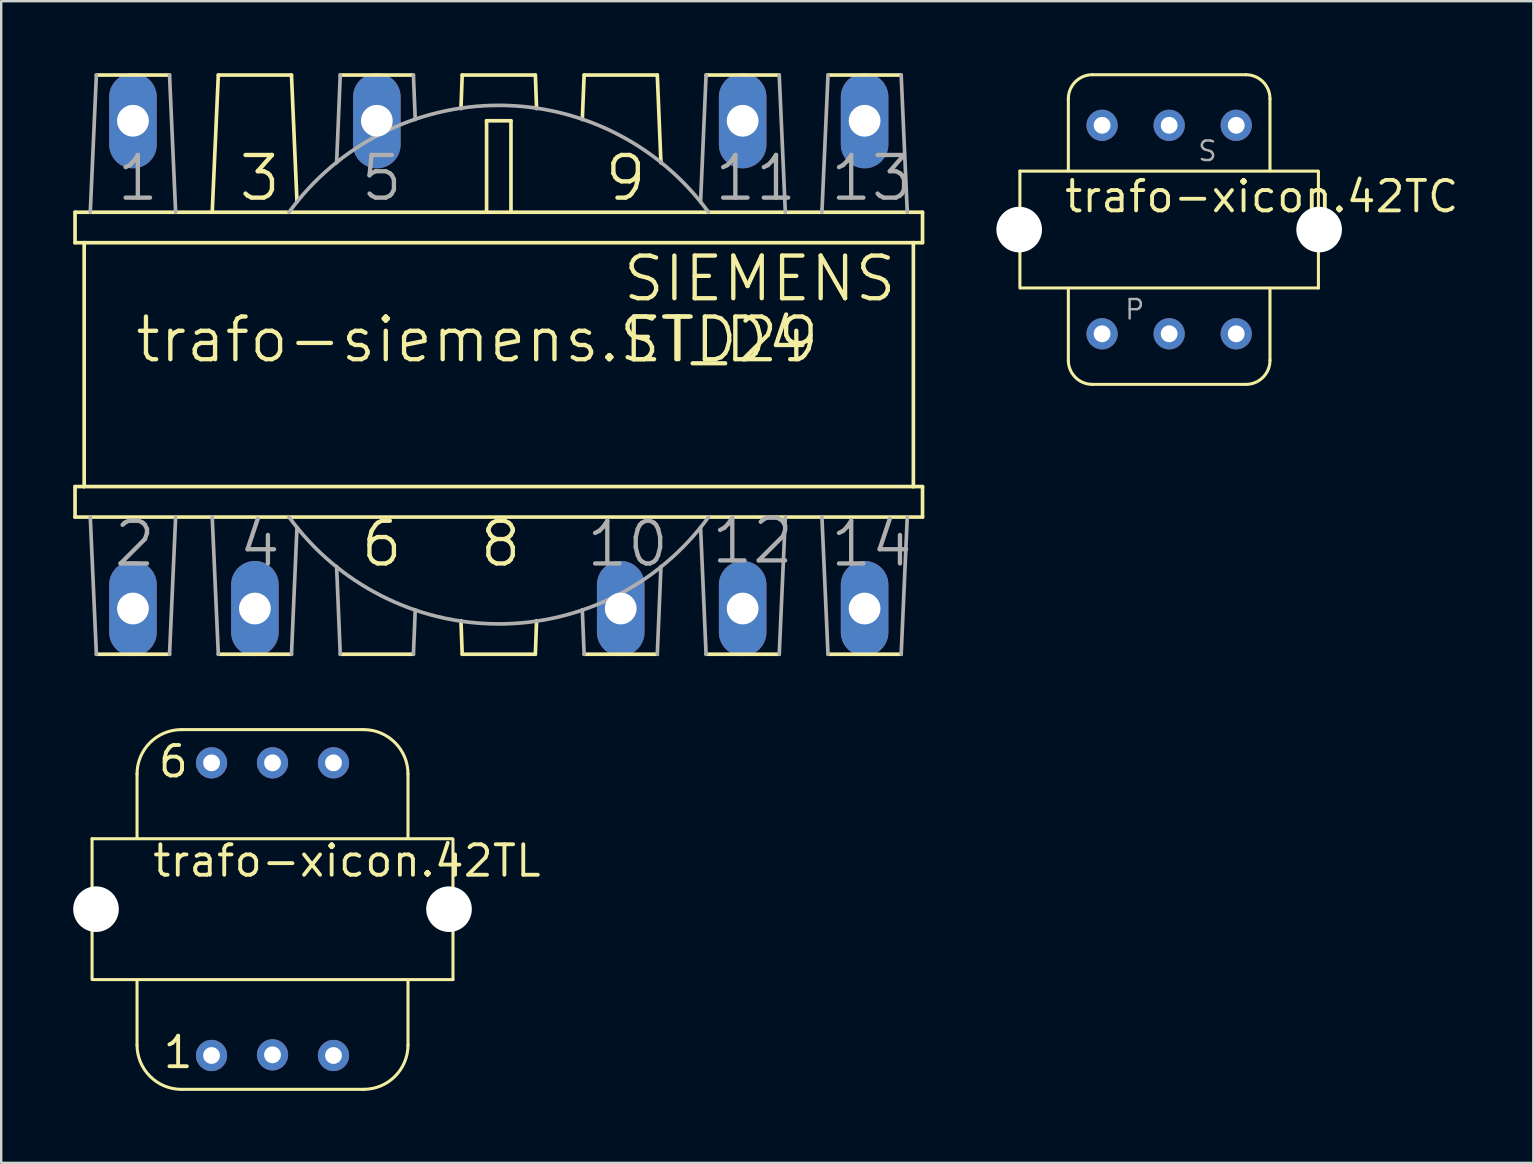
<source format=kicad_pcb>
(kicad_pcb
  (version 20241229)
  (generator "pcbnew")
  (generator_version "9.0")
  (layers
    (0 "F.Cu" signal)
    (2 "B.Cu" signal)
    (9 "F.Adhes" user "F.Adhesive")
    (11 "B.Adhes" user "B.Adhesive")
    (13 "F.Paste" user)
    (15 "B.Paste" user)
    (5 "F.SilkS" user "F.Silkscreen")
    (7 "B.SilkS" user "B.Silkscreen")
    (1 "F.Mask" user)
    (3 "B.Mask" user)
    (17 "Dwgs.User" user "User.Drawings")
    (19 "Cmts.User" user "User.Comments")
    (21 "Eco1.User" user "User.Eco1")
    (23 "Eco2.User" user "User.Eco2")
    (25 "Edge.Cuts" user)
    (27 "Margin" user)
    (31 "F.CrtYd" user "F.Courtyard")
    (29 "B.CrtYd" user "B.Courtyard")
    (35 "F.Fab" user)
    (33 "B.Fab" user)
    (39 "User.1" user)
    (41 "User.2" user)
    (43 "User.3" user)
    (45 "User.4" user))
  (footprint "trafo-xicon.42TL"
    (layer "F.Cu")
    (at 8.303 34.826)
    (property "Reference" "trafo-xicon.42TL" (at -5.08 -1.27 0) (layer "F.SilkS") (effects (font (size 1.27 1.27) (thickness 0.16)) (justify left bottom)))
    (attr through_hole)
    (fp_line (start -7.518 2.931) (end -7.518 -2.934) (stroke (width 0.127) (type default)) (layer "F.SilkS"))
    (fp_line (start -7.493 2.934) (end 7.518 2.934) (stroke (width 0.127) (type default)) (layer "F.SilkS"))
    (fp_line (start -5.644 -2.958) (end -5.644 -5.631) (stroke (width 0.127) (type default)) (layer "F.SilkS"))
    (fp_line (start -5.644 5.657) (end -5.644 3.01) (stroke (width 0.127) (type default)) (layer "F.SilkS"))
    (fp_line (start -3.795 7.506) (end 3.795 7.506) (stroke (width 0.127) (type default)) (layer "F.SilkS"))
    (fp_line (start 3.795 -7.48) (end -3.795 -7.48) (stroke (width 0.127) (type default)) (layer "F.SilkS"))
    (fp_line (start 5.644 -5.631) (end 5.644 -2.958) (stroke (width 0.127) (type default)) (layer "F.SilkS"))
    (fp_line (start 5.644 5.657) (end 5.644 3.01) (stroke (width 0.127) (type default)) (layer "F.SilkS"))
    (fp_line (start 7.493 -2.934) (end -7.518 -2.934) (stroke (width 0.127) (type default)) (layer "F.SilkS"))
    (fp_line (start 7.518 -2.916) (end 7.518 2.934) (stroke (width 0.127) (type default)) (layer "F.SilkS"))
    (fp_arc (start -5.6439 -5.6312) (mid -5.102311 -6.938711) (end -3.7948 -7.4803) (stroke (width 0.127) (type default)) (layer "F.SilkS"))
    (fp_arc (start -3.7947 7.5057) (mid -5.102211 6.964111) (end -5.6438 5.6566) (stroke (width 0.127) (type default)) (layer "F.SilkS"))
    (fp_arc (start 3.7948 -7.4803) (mid 5.10234 -6.93874) (end 5.6439 -5.6312) (stroke (width 0.127) (type default)) (layer "F.SilkS"))
    (fp_arc (start 5.6439 5.6566) (mid 5.102311 6.964111) (end 3.7948 7.5057) (stroke (width 0.127) (type default)) (layer "F.SilkS"))
    (fp_text user "6" (at -4.842 -5.405 0) (layer "F.SilkS") (effects (font (size 1.27 1.27) (thickness 0.16)) (justify left bottom)))
    (fp_text user "1" (at -4.642 6.706 0) (layer "F.SilkS") (effects (font (size 1.27 1.27) (thickness 0.16)) (justify left bottom)))
    (pad "" np_thru_hole circle (at -7.353 0) (size 1.9 1.9) (drill 1.9) (layers "*.Cu" "*.Mask"))
    (pad "" np_thru_hole circle (at 7.353 0) (size 1.9 1.9) (drill 1.9) (layers "*.Cu" "*.Mask"))
    (pad "1" thru_hole circle (at -2.54 6.096) (size 1.3 1.3) (drill 0.7) (layers "*.Cu" "*.Mask"))
    (pad "2" thru_hole circle (at 0 6.068) (size 1.3 1.3) (drill 0.7) (layers "*.Cu" "*.Mask"))
    (pad "3" thru_hole circle (at 2.54 6.096) (size 1.3 1.3) (drill 0.7) (layers "*.Cu" "*.Mask"))
    (pad "4" thru_hole circle (at 2.54 -6.096) (size 1.3 1.3) (drill 0.7) (layers "*.Cu" "*.Mask"))
    (pad "5" thru_hole circle (at 0 -6.096) (size 1.3 1.3) (drill 0.7) (layers "*.Cu" "*.Mask"))
    (pad "6" thru_hole circle (at -2.54 -6.096) (size 1.3 1.3) (drill 0.7) (layers "*.Cu" "*.Mask")))
  (footprint "trafo-siemens.ST_D4"
    (layer "F.Cu")
    (at 17.729 12.141)
    (property "Reference" "trafo-siemens.ST_D4" (at -15.24 0 0) (layer "F.SilkS") (effects (font (size 1.778 1.778) (thickness 0.18)) (justify left bottom)))
    (attr through_hole)
    (fp_line (start -17.653 -6.35) (end -17.653 -5.08) (stroke (width 0.152) (type default)) (layer "F.SilkS"))
    (fp_line (start -17.653 5.08) (end -17.653 6.35) (stroke (width 0.152) (type default)) (layer "F.SilkS"))
    (fp_line (start -17.272 -5.08) (end -17.653 -5.08) (stroke (width 0.152) (type default)) (layer "F.SilkS"))
    (fp_line (start -17.272 5.08) (end -17.653 5.08) (stroke (width 0.152) (type default)) (layer "F.SilkS"))
    (fp_line (start -17.272 5.08) (end -17.272 -5.08) (stroke (width 0.152) (type default)) (layer "F.SilkS"))
    (fp_line (start -16.764 12.065) (end -13.716 12.065) (stroke (width 0.152) (type default)) (layer "F.SilkS"))
    (fp_line (start -13.716 -12.065) (end -16.764 -12.065) (stroke (width 0.152) (type default)) (layer "F.SilkS"))
    (fp_line (start -11.938 -6.35) (end -17.653 -6.35) (stroke (width 0.152) (type default)) (layer "F.SilkS"))
    (fp_line (start -11.938 -6.35) (end -11.684 -12.065) (stroke (width 0.152) (type default)) (layer "F.SilkS"))
    (fp_line (start -11.684 12.065) (end -8.636 12.065) (stroke (width 0.152) (type default)) (layer "F.SilkS"))
    (fp_line (start -8.636 -12.065) (end -11.684 -12.065) (stroke (width 0.152) (type default)) (layer "F.SilkS"))
    (fp_line (start -8.407 -6.782) (end -8.636 -12.065) (stroke (width 0.152) (type default)) (layer "F.SilkS"))
    (fp_line (start -6.604 12.065) (end -3.556 12.065) (stroke (width 0.152) (type default)) (layer "F.SilkS"))
    (fp_line (start -3.556 -12.065) (end -6.604 -12.065) (stroke (width 0.152) (type default)) (layer "F.SilkS"))
    (fp_line (start -1.575 -10.668) (end -1.524 -12.065) (stroke (width 0.152) (type default)) (layer "F.SilkS"))
    (fp_line (start -1.575 10.668) (end -1.524 12.065) (stroke (width 0.152) (type default)) (layer "F.SilkS"))
    (fp_line (start -1.524 12.065) (end 1.524 12.065) (stroke (width 0.152) (type default)) (layer "F.SilkS"))
    (fp_line (start -0.508 -10.16) (end -0.508 -6.35) (stroke (width 0.152) (type default)) (layer "F.SilkS"))
    (fp_line (start -0.508 -6.35) (end -11.938 -6.35) (stroke (width 0.152) (type default)) (layer "F.SilkS"))
    (fp_line (start 0.508 -10.16) (end -0.508 -10.16) (stroke (width 0.152) (type default)) (layer "F.SilkS"))
    (fp_line (start 0.508 -6.35) (end -0.508 -6.35) (stroke (width 0.152) (type default)) (layer "F.SilkS"))
    (fp_line (start 0.508 -6.35) (end 0.508 -10.16) (stroke (width 0.152) (type default)) (layer "F.SilkS"))
    (fp_line (start 1.524 -12.065) (end -1.524 -12.065) (stroke (width 0.152) (type default)) (layer "F.SilkS"))
    (fp_line (start 1.575 -10.668) (end 1.524 -12.065) (stroke (width 0.152) (type default)) (layer "F.SilkS"))
    (fp_line (start 1.575 10.668) (end 1.524 12.065) (stroke (width 0.152) (type default)) (layer "F.SilkS"))
    (fp_line (start 3.48 -10.211) (end 3.556 -12.065) (stroke (width 0.152) (type default)) (layer "F.SilkS"))
    (fp_line (start 3.556 12.065) (end 6.604 12.065) (stroke (width 0.152) (type default)) (layer "F.SilkS"))
    (fp_line (start 6.604 -12.065) (end 3.556 -12.065) (stroke (width 0.152) (type default)) (layer "F.SilkS"))
    (fp_line (start 6.756 -8.407) (end 6.604 -12.065) (stroke (width 0.152) (type default)) (layer "F.SilkS"))
    (fp_line (start 8.636 12.065) (end 11.684 12.065) (stroke (width 0.152) (type default)) (layer "F.SilkS"))
    (fp_line (start 11.684 -12.065) (end 8.636 -12.065) (stroke (width 0.152) (type default)) (layer "F.SilkS"))
    (fp_line (start 13.716 12.065) (end 16.764 12.065) (stroke (width 0.152) (type default)) (layer "F.SilkS"))
    (fp_line (start 16.764 -12.065) (end 13.716 -12.065) (stroke (width 0.152) (type default)) (layer "F.SilkS"))
    (fp_line (start 17.272 -5.08) (end -17.272 -5.08) (stroke (width 0.152) (type default)) (layer "F.SilkS"))
    (fp_line (start 17.272 5.08) (end -17.272 5.08) (stroke (width 0.152) (type default)) (layer "F.SilkS"))
    (fp_line (start 17.272 5.08) (end 17.272 -5.08) (stroke (width 0.152) (type default)) (layer "F.SilkS"))
    (fp_line (start 17.653 -6.35) (end 0.508 -6.35) (stroke (width 0.152) (type default)) (layer "F.SilkS"))
    (fp_line (start 17.653 -5.08) (end 17.272 -5.08) (stroke (width 0.152) (type default)) (layer "F.SilkS"))
    (fp_line (start 17.653 -5.08) (end 17.653 -6.35) (stroke (width 0.152) (type default)) (layer "F.SilkS"))
    (fp_line (start 17.653 5.08) (end 17.272 5.08) (stroke (width 0.152) (type default)) (layer "F.SilkS"))
    (fp_line (start 17.653 6.35) (end -17.653 6.35) (stroke (width 0.152) (type default)) (layer "F.SilkS"))
    (fp_line (start 17.653 6.35) (end 17.653 5.08) (stroke (width 0.152) (type default)) (layer "F.SilkS"))
    (fp_line (start -17.018 -6.35) (end -16.764 -12.065) (stroke (width 0.152) (type default)) (layer "F.Fab"))
    (fp_line (start -17.018 6.35) (end -16.764 12.065) (stroke (width 0.152) (type default)) (layer "F.Fab"))
    (fp_line (start -13.462 -6.35) (end -13.716 -12.065) (stroke (width 0.152) (type default)) (layer "F.Fab"))
    (fp_line (start -13.462 6.35) (end -13.716 12.065) (stroke (width 0.152) (type default)) (layer "F.Fab"))
    (fp_line (start -11.938 6.35) (end -11.684 12.065) (stroke (width 0.152) (type default)) (layer "F.Fab"))
    (fp_line (start -8.407 6.782) (end -8.636 12.065) (stroke (width 0.152) (type default)) (layer "F.Fab"))
    (fp_line (start -6.756 -8.407) (end -6.604 -12.065) (stroke (width 0.152) (type default)) (layer "F.Fab"))
    (fp_line (start -6.756 8.407) (end -6.604 12.065) (stroke (width 0.152) (type default)) (layer "F.Fab"))
    (fp_line (start -3.48 -10.211) (end -3.556 -12.065) (stroke (width 0.152) (type default)) (layer "F.Fab"))
    (fp_line (start -3.48 10.211) (end -3.556 12.065) (stroke (width 0.152) (type default)) (layer "F.Fab"))
    (fp_line (start 3.48 10.211) (end 3.556 12.065) (stroke (width 0.152) (type default)) (layer "F.Fab"))
    (fp_line (start 6.756 8.407) (end 6.604 12.065) (stroke (width 0.152) (type default)) (layer "F.Fab"))
    (fp_line (start 8.407 -6.782) (end 8.636 -12.065) (stroke (width 0.152) (type default)) (layer "F.Fab"))
    (fp_line (start 8.407 6.782) (end 8.636 12.065) (stroke (width 0.152) (type default)) (layer "F.Fab"))
    (fp_line (start 11.938 -6.35) (end 11.684 -12.065) (stroke (width 0.152) (type default)) (layer "F.Fab"))
    (fp_line (start 11.938 6.35) (end 11.684 12.065) (stroke (width 0.152) (type default)) (layer "F.Fab"))
    (fp_line (start 13.462 -6.35) (end 13.716 -12.065) (stroke (width 0.152) (type default)) (layer "F.Fab"))
    (fp_line (start 13.462 6.35) (end 13.716 12.065) (stroke (width 0.152) (type default)) (layer "F.Fab"))
    (fp_line (start 17.018 -6.35) (end 16.764 -12.065) (stroke (width 0.152) (type default)) (layer "F.Fab"))
    (fp_line (start 17.018 6.35) (end 16.764 12.065) (stroke (width 0.152) (type default)) (layer "F.Fab"))
    (fp_arc (start -8.7376 -6.35) (mid 0 -10.801303) (end 8.7376 -6.35) (stroke (width 0.1524) (type default)) (layer "F.Fab"))
    (fp_arc (start 8.7376 6.35) (mid 0 10.801303) (end -8.7376 6.35) (stroke (width 0.1524) (type default)) (layer "F.Fab"))
    (fp_text user "6" (at -5.842 8.509 0) (layer "F.SilkS") (effects (font (size 1.778 1.778) (thickness 0.18)) (justify left bottom)))
    (fp_text user "8" (at -0.889 8.509 0) (layer "F.SilkS") (effects (font (size 1.778 1.778) (thickness 0.18)) (justify left bottom)))
    (fp_text user "9" (at 4.318 -6.731 0) (layer "F.SilkS") (effects (font (size 1.778 1.778) (thickness 0.18)) (justify left bottom)))
    (fp_text user "SIEMENS" (at 5.08 -2.54 0) (layer "F.SilkS") (effects (font (size 1.778 1.778) (thickness 0.18)) (justify left bottom)))
    (fp_text user "3" (at -10.922 -6.731 0) (layer "F.SilkS") (effects (font (size 1.778 1.778) (thickness 0.18)) (justify left bottom)))
    (fp_text user "ETD29" (at 5.08 0 0) (layer "F.SilkS") (effects (font (size 1.778 1.778) (thickness 0.18)) (justify left bottom)))
    (fp_text user "5" (at -5.842 -6.731 0) (layer "F.Fab") (effects (font (size 1.778 1.778) (thickness 0.18)) (justify left bottom)))
    (fp_text user "11" (at 8.89 -6.731 0) (layer "F.Fab") (effects (font (size 1.778 1.778) (thickness 0.18)) (justify left bottom)))
    (fp_text user "4" (at -10.922 8.509 0) (layer "F.Fab") (effects (font (size 1.778 1.778) (thickness 0.18)) (justify left bottom)))
    (fp_text user "2" (at -16.129 8.509 0) (layer "F.Fab") (effects (font (size 1.778 1.778) (thickness 0.18)) (justify left bottom)))
    (fp_text user "10" (at 3.556 8.509 0) (layer "F.Fab") (effects (font (size 1.778 1.778) (thickness 0.18)) (justify left bottom)))
    (fp_text user "12" (at 8.763 8.382 0) (layer "F.Fab") (effects (font (size 1.778 1.778) (thickness 0.18)) (justify left bottom)))
    (fp_text user "13" (at 13.716 -6.731 0) (layer "F.Fab") (effects (font (size 1.778 1.778) (thickness 0.18)) (justify left bottom)))
    (fp_text user "14" (at 13.716 8.509 0) (layer "F.Fab") (effects (font (size 1.778 1.778) (thickness 0.18)) (justify left bottom)))
    (fp_text user "1" (at -16.002 -6.731 0) (layer "F.Fab") (effects (font (size 1.778 1.778) (thickness 0.18)) (justify left bottom)))
    (pad "1" thru_hole oval (at -15.24 -10.16 90) (size 3.962 1.981) (drill 1.321) (layers "*.Cu" "*.Mask"))
    (pad "2" thru_hole oval (at -15.24 10.16 90) (size 3.962 1.981) (drill 1.321) (layers "*.Cu" "*.Mask"))
    (pad "4" thru_hole oval (at -10.16 10.16 90) (size 3.962 1.981) (drill 1.321) (layers "*.Cu" "*.Mask"))
    (pad "5" thru_hole oval (at -5.08 -10.16 90) (size 3.962 1.981) (drill 1.321) (layers "*.Cu" "*.Mask"))
    (pad "10" thru_hole oval (at 5.08 10.16 90) (size 3.962 1.981) (drill 1.321) (layers "*.Cu" "*.Mask"))
    (pad "11" thru_hole oval (at 10.16 -10.16 90) (size 3.962 1.981) (drill 1.321) (layers "*.Cu" "*.Mask"))
    (pad "12" thru_hole oval (at 10.16 10.16 90) (size 3.962 1.981) (drill 1.321) (layers "*.Cu" "*.Mask"))
    (pad "13" thru_hole oval (at 15.24 -10.16 90) (size 3.962 1.981) (drill 1.321) (layers "*.Cu" "*.Mask"))
    (pad "14" thru_hole oval (at 15.24 10.16 90) (size 3.962 1.981) (drill 1.321) (layers "*.Cu" "*.Mask")))
  (footprint "trafo-xicon.42TC"
    (layer "F.Cu")
    (at 45.657 6.513)
    (property "Reference" "trafo-xicon.42TC" (at -4.445 -0.635 0) (layer "F.SilkS") (effects (font (size 1.27 1.27) (thickness 0.16)) (justify left bottom)))
    (attr through_hole)
    (fp_line (start -6.218 2.431) (end -6.218 -2.434) (stroke (width 0.127) (type default)) (layer "F.SilkS"))
    (fp_line (start -6.193 2.434) (end 6.218 2.434) (stroke (width 0.127) (type default)) (layer "F.SilkS"))
    (fp_line (start -4.2 -5.45) (end -4.2 -2.45) (stroke (width 0.127) (type default)) (layer "F.SilkS"))
    (fp_line (start -4.2 2.45) (end -4.2 5.45) (stroke (width 0.127) (type default)) (layer "F.SilkS"))
    (fp_line (start -3.2 6.45) (end 3.2 6.45) (stroke (width 0.127) (type default)) (layer "F.SilkS"))
    (fp_line (start 3.2 -6.45) (end -3.2 -6.45) (stroke (width 0.127) (type default)) (layer "F.SilkS"))
    (fp_line (start 4.2 -2.45) (end 4.2 -5.45) (stroke (width 0.127) (type default)) (layer "F.SilkS"))
    (fp_line (start 4.2 2.45) (end 4.2 5.45) (stroke (width 0.127) (type default)) (layer "F.SilkS"))
    (fp_line (start 6.193 -2.434) (end -6.218 -2.434) (stroke (width 0.127) (type default)) (layer "F.SilkS"))
    (fp_line (start 6.218 -2.431) (end 6.218 2.434) (stroke (width 0.127) (type default)) (layer "F.SilkS"))
    (fp_arc (start -4.2 -5.45) (mid -3.907107 -6.157107) (end -3.2 -6.45) (stroke (width 0.127) (type default)) (layer "F.SilkS"))
    (fp_arc (start -3.2 6.45) (mid -3.907107 6.157107) (end -4.2 5.45) (stroke (width 0.127) (type default)) (layer "F.SilkS"))
    (fp_arc (start 3.2 -6.45) (mid 3.907107 -6.157107) (end 4.2 -5.45) (stroke (width 0.127) (type default)) (layer "F.SilkS"))
    (fp_arc (start 4.2 5.45) (mid 3.907107 6.157107) (end 3.2 6.45) (stroke (width 0.127) (type default)) (layer "F.SilkS"))
    (fp_text user "P" (at -1.905 3.81 0) (layer "F.Fab") (effects (font (size 0.813 0.813) (thickness 0.1)) (justify left bottom)))
    (fp_text user "S" (at 1.143 -2.794 0) (layer "F.Fab") (effects (font (size 0.813 0.813) (thickness 0.1)) (justify left bottom)))
    (pad "" np_thru_hole circle (at -6.248 0) (size 1.9 1.9) (drill 1.9) (layers "*.Cu" "*.Mask"))
    (pad "" np_thru_hole circle (at 6.248 0) (size 1.9 1.9) (drill 1.9) (layers "*.Cu" "*.Mask"))
    (pad "1" thru_hole circle (at -2.794 4.343) (size 1.3 1.3) (drill 0.7) (layers "*.Cu" "*.Mask"))
    (pad "2" thru_hole circle (at 0 4.343) (size 1.3 1.3) (drill 0.7) (layers "*.Cu" "*.Mask"))
    (pad "3" thru_hole circle (at 2.794 4.343) (size 1.3 1.3) (drill 0.7) (layers "*.Cu" "*.Mask"))
    (pad "4" thru_hole circle (at 2.794 -4.343 180) (size 1.3 1.3) (drill 0.7) (layers "*.Cu" "*.Mask"))
    (pad "5" thru_hole circle (at 0 -4.343 180) (size 1.3 1.3) (drill 0.7) (layers "*.Cu" "*.Mask"))
    (pad "6" thru_hole circle (at -2.794 -4.343 180) (size 1.3 1.3) (drill 0.7) (layers "*.Cu" "*.Mask")))
  (gr_rect
    (start -3 -3)
    (end 60.827 45.395)
    (stroke (width 0.1) (type default))
    (fill no)
    (layer "Edge.Cuts")))
</source>
